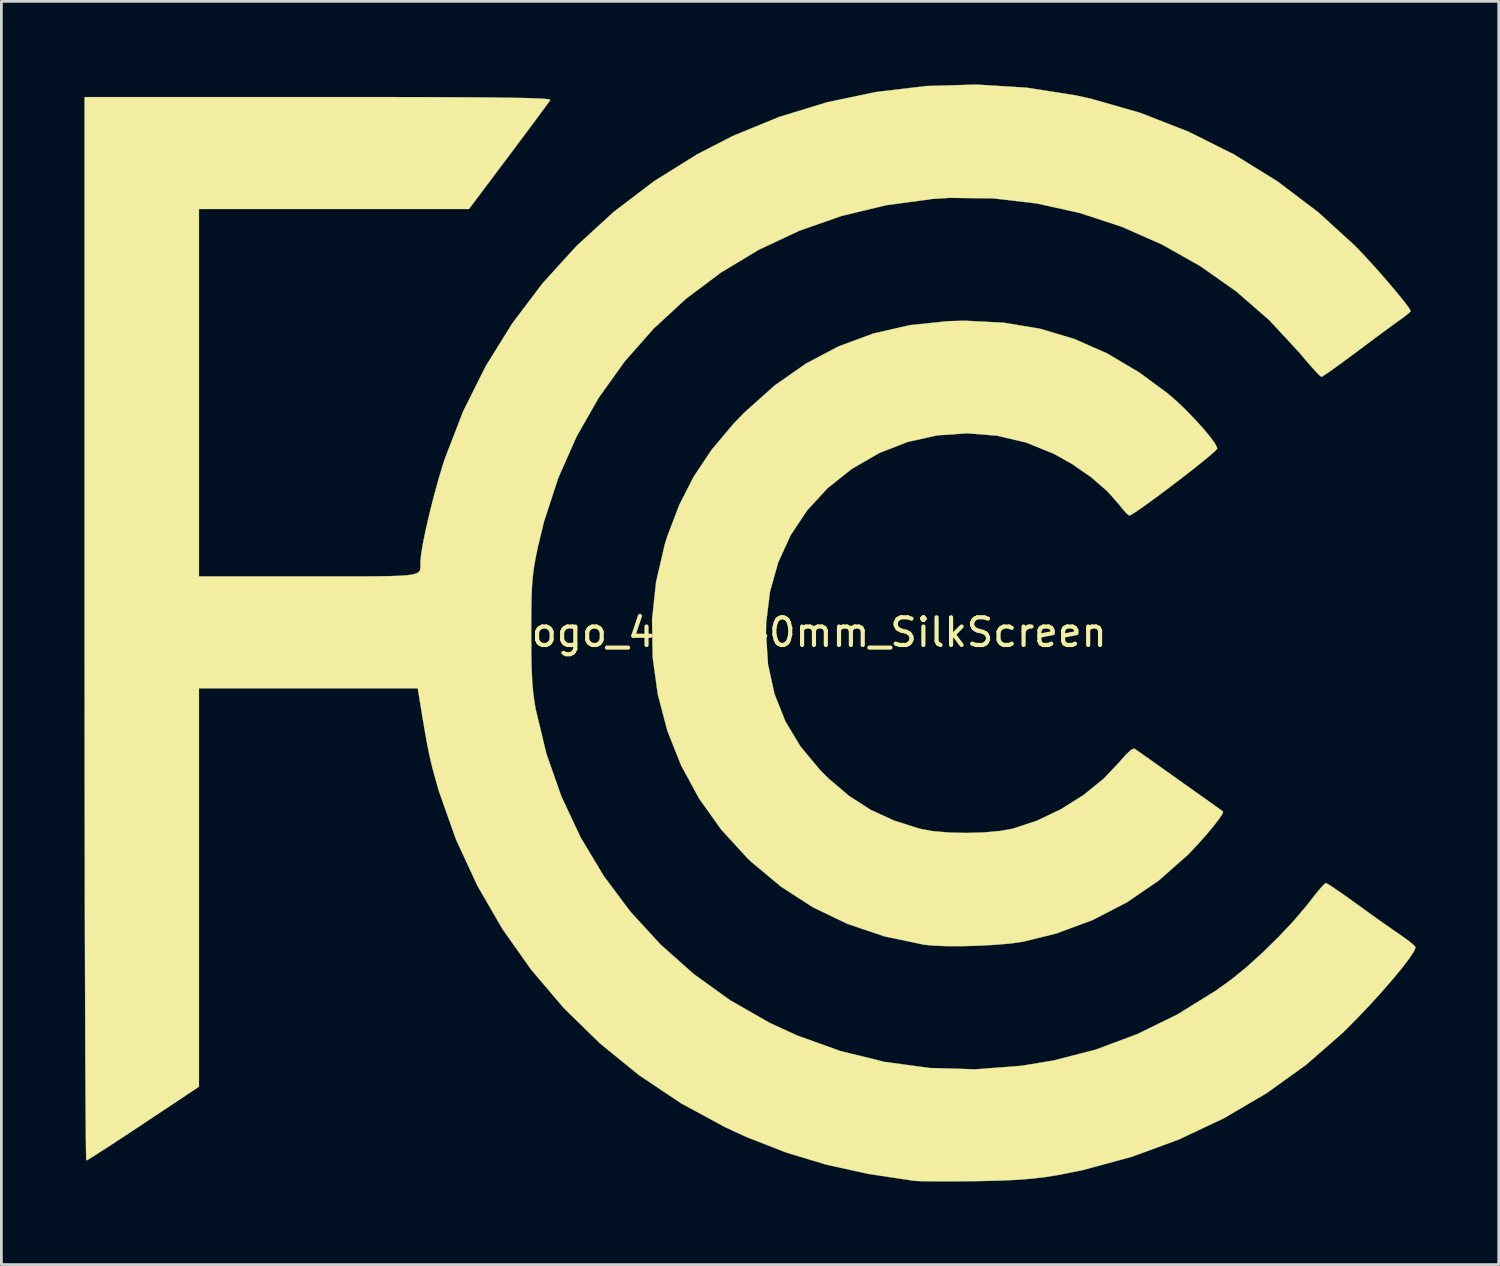
<source format=kicad_pcb>
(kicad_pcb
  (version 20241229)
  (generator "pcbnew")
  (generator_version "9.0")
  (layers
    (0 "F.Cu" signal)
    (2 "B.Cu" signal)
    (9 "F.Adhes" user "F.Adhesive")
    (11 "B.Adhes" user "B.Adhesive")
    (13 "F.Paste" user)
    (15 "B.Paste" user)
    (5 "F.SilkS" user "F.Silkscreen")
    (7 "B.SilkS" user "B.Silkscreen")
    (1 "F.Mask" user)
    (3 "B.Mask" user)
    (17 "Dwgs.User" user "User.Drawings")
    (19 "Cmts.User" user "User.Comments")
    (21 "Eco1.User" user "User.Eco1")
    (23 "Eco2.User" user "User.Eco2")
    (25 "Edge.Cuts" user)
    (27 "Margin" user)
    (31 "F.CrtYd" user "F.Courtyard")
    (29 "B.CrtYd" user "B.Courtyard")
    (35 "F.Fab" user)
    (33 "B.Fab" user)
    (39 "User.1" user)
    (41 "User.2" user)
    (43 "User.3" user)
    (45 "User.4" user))
  (footprint "FCC-Logo_48.3x40mm_SilkScreen"
    (layer "F.Cu")
    (at 24.087 19.791)
    (property "Reference" "FCC-Logo_48.3x40mm_SilkScreen" (at 0 0 0) (layer "F.SilkS") (effects (font (size 1 1) (thickness 0.15))))
    (attr board_only exclude_from_pos_files exclude_from_bom allow_missing_courtyard)
    (fp_poly (pts (xy 9.118 -11.185) (xy 10.421 -10.969) (xy 11.661 -10.6) (xy 12.855 -10.074) (xy 14.019 -9.383) (xy 15.046 -8.625) (xy 15.359 -8.354) (xy 15.695 -8.033) (xy 16.027 -7.69) (xy 16.332 -7.353) (xy 16.583 -7.049) (xy 16.758 -6.805) (xy 16.83 -6.651) (xy 16.831 -6.641) (xy 16.764 -6.561) (xy 16.579 -6.398) (xy 16.301 -6.168) (xy 15.954 -5.892) (xy 15.563 -5.588) (xy 15.153 -5.275) (xy 14.748 -4.971) (xy 14.372 -4.695) (xy 14.052 -4.466) (xy 13.81 -4.303) (xy 13.672 -4.225) (xy 13.654 -4.221) (xy 13.563 -4.287) (xy 13.413 -4.454) (xy 13.315 -4.581) (xy 12.863 -5.094) (xy 12.275 -5.604) (xy 11.59 -6.079) (xy 10.932 -6.449) (xy 9.926 -6.857) (xy 8.872 -7.105) (xy 7.793 -7.191) (xy 6.71 -7.116) (xy 5.648 -6.879) (xy 4.627 -6.481) (xy 4.618 -6.477) (xy 3.624 -5.902) (xy 2.756 -5.211) (xy 2.02 -4.411) (xy 1.423 -3.516) (xy 0.973 -2.534) (xy 0.675 -1.478) (xy 0.537 -0.357) (xy 0.528 0.027) (xy 0.604 1.165) (xy 0.837 2.224) (xy 1.228 3.21) (xy 1.781 4.13) (xy 2.499 4.99) (xy 2.792 5.281) (xy 3.536 5.911) (xy 4.306 6.407) (xy 5.15 6.795) (xy 6.075 7.09) (xy 6.541 7.177) (xy 7.123 7.228) (xy 7.763 7.244) (xy 8.406 7.225) (xy 8.995 7.171) (xy 9.439 7.091) (xy 10.314 6.803) (xy 11.184 6.387) (xy 12.005 5.869) (xy 12.735 5.276) (xy 13.281 4.698) (xy 13.527 4.417) (xy 13.717 4.244) (xy 13.83 4.197) (xy 13.837 4.2) (xy 13.927 4.262) (xy 14.135 4.408) (xy 14.434 4.619) (xy 14.799 4.877) (xy 15.205 5.165) (xy 15.624 5.463) (xy 16.033 5.753) (xy 16.404 6.017) (xy 16.713 6.237) (xy 16.933 6.394) (xy 17.038 6.47) (xy 17.041 6.473) (xy 17.016 6.556) (xy 16.892 6.741) (xy 16.693 6.998) (xy 16.441 7.301) (xy 16.157 7.622) (xy 15.865 7.933) (xy 15.767 8.034) (xy 14.72 8.96) (xy 13.57 9.747) (xy 12.33 10.388) (xy 11.009 10.877) (xy 9.822 11.17) (xy 9.396 11.233) (xy 8.856 11.281) (xy 8.253 11.315) (xy 7.635 11.333) (xy 7.052 11.332) (xy 6.553 11.312) (xy 6.24 11.28) (xy 4.812 10.98) (xy 3.476 10.531) (xy 2.228 9.931) (xy 1.064 9.178) (xy -0.023 8.269) (xy -0.145 8.152) (xy -1.087 7.122) (xy -1.886 6.001) (xy -2.536 4.805) (xy -3.035 3.547) (xy -3.378 2.242) (xy -3.563 0.904) (xy -3.586 -0.452) (xy -3.442 -1.814) (xy -3.13 -3.165) (xy -3.035 -3.469) (xy -2.603 -4.603) (xy -2.078 -5.632) (xy -1.436 -6.593) (xy -0.654 -7.523) (xy -0.231 -7.96) (xy 0.841 -8.917) (xy 1.968 -9.707) (xy 3.155 -10.332) (xy 4.407 -10.795) (xy 5.728 -11.098) (xy 7.124 -11.242) (xy 7.734 -11.256) (xy 9.118 -11.185)) (stroke (width 0.01) (type solid)) (fill yes) (layer "F.SilkS"))
    (fp_poly (pts (xy 9.942 -19.674) (xy 11.72 -19.396) (xy 12.261 -19.277) (xy 14.047 -18.765) (xy 15.774 -18.092) (xy 17.428 -17.266) (xy 18.998 -16.293) (xy 20.47 -15.18) (xy 21.794 -13.973) (xy 22.076 -13.681) (xy 22.392 -13.338) (xy 22.722 -12.969) (xy 23.043 -12.599) (xy 23.334 -12.253) (xy 23.574 -11.957) (xy 23.741 -11.735) (xy 23.815 -11.612) (xy 23.816 -11.602) (xy 23.749 -11.531) (xy 23.58 -11.397) (xy 23.443 -11.299) (xy 23.246 -11.158) (xy 22.942 -10.936) (xy 22.564 -10.657) (xy 22.144 -10.344) (xy 21.865 -10.134) (xy 21.465 -9.837) (xy 21.114 -9.581) (xy 20.834 -9.383) (xy 20.651 -9.261) (xy 20.59 -9.228) (xy 20.512 -9.292) (xy 20.345 -9.467) (xy 20.114 -9.728) (xy 19.841 -10.049) (xy 19.788 -10.112) (xy 18.713 -11.272) (xy 17.519 -12.312) (xy 16.222 -13.226) (xy 14.837 -14.008) (xy 13.381 -14.65) (xy 11.869 -15.147) (xy 10.318 -15.491) (xy 8.743 -15.676) (xy 7.16 -15.695) (xy 6.543 -15.656) (xy 4.871 -15.429) (xy 3.263 -15.043) (xy 1.728 -14.505) (xy 0.273 -13.822) (xy -1.093 -13.001) (xy -2.362 -12.049) (xy -3.527 -10.974) (xy -4.578 -9.783) (xy -5.508 -8.482) (xy -6.309 -7.079) (xy -6.972 -5.582) (xy -7.49 -3.997) (xy -7.711 -3.081) (xy -7.791 -2.694) (xy -7.85 -2.356) (xy -7.892 -2.03) (xy -7.921 -1.679) (xy -7.938 -1.265) (xy -7.947 -0.754) (xy -7.95 -0.106) (xy -7.95 -0.044) (xy -7.948 0.684) (xy -7.937 1.271) (xy -7.915 1.751) (xy -7.881 2.159) (xy -7.831 2.53) (xy -7.79 2.769) (xy -7.402 4.383) (xy -6.858 5.932) (xy -6.166 7.406) (xy -5.333 8.794) (xy -4.369 10.087) (xy -3.28 11.273) (xy -2.076 12.344) (xy -0.764 13.288) (xy 0.648 14.096) (xy 1.64 14.554) (xy 3.213 15.12) (xy 4.816 15.514) (xy 6.445 15.734) (xy 8.093 15.781) (xy 9.755 15.654) (xy 10.913 15.463) (xy 12.438 15.07) (xy 13.94 14.51) (xy 15.396 13.796) (xy 16.784 12.936) (xy 17.343 12.533) (xy 17.887 12.091) (xy 18.477 11.556) (xy 19.069 10.974) (xy 19.618 10.388) (xy 20.077 9.844) (xy 20.175 9.717) (xy 20.399 9.43) (xy 20.588 9.205) (xy 20.716 9.073) (xy 20.75 9.053) (xy 20.844 9.102) (xy 21.052 9.237) (xy 21.346 9.439) (xy 21.697 9.689) (xy 21.819 9.778) (xy 22.245 10.086) (xy 22.681 10.397) (xy 23.078 10.676) (xy 23.386 10.888) (xy 23.401 10.898) (xy 23.675 11.092) (xy 23.881 11.255) (xy 23.985 11.359) (xy 23.991 11.374) (xy 23.935 11.519) (xy 23.771 11.768) (xy 23.518 12.101) (xy 23.192 12.498) (xy 22.811 12.938) (xy 22.391 13.402) (xy 21.951 13.868) (xy 21.506 14.318) (xy 21.347 14.474) (xy 20.035 15.621) (xy 18.602 16.649) (xy 17.065 17.55) (xy 15.438 18.318) (xy 13.737 18.943) (xy 11.979 19.419) (xy 11.074 19.6) (xy 10.597 19.676) (xy 10.118 19.732) (xy 9.597 19.773) (xy 8.991 19.8) (xy 8.26 19.817) (xy 8.086 19.82) (xy 7.507 19.826) (xy 6.97 19.828) (xy 6.507 19.826) (xy 6.147 19.821) (xy 5.924 19.812) (xy 5.889 19.809) (xy 4.241 19.562) (xy 2.712 19.225) (xy 1.261 18.787) (xy -0.15 18.237) (xy -0.923 17.883) (xy -2.537 17.009) (xy -4.054 15.994) (xy -5.466 14.846) (xy -6.765 13.577) (xy -7.943 12.194) (xy -8.992 10.709) (xy -9.904 9.131) (xy -10.671 7.469) (xy -11.286 5.733) (xy -11.512 4.922) (xy -11.577 4.659) (xy -11.638 4.387) (xy -11.701 4.074) (xy -11.771 3.69) (xy -11.854 3.205) (xy -11.956 2.588) (xy -12.002 2.307) (xy -12.049 2.021) (xy -19.951 2.021) (xy -19.951 16.409) (xy -21.952 17.74) (xy -22.48 18.09) (xy -22.96 18.405) (xy -23.373 18.673) (xy -23.7 18.882) (xy -23.921 19.019) (xy -24.016 19.072) (xy -24.018 19.072) (xy -24.024 18.985) (xy -24.03 18.731) (xy -24.035 18.317) (xy -24.041 17.751) (xy -24.046 17.041) (xy -24.051 16.195) (xy -24.056 15.22) (xy -24.06 14.126) (xy -24.064 12.92) (xy -24.068 11.61) (xy -24.072 10.203) (xy -24.074 8.708) (xy -24.077 7.133) (xy -24.079 5.486) (xy -24.08 3.775) (xy -24.081 2.007) (xy -24.082 0.19) (xy -24.082 -0.132) (xy -24.082 -19.336) (xy -15.639 -19.336) (xy -14.185 -19.335) (xy -12.898 -19.334) (xy -11.769 -19.332) (xy -10.789 -19.328) (xy -9.951 -19.324) (xy -9.244 -19.318) (xy -8.661 -19.31) (xy -8.193 -19.301) (xy -7.83 -19.29) (xy -7.564 -19.278) (xy -7.387 -19.263) (xy -7.289 -19.247) (xy -7.262 -19.228) (xy -7.263 -19.226) (xy -7.331 -19.129) (xy -7.491 -18.911) (xy -7.728 -18.591) (xy -8.027 -18.189) (xy -8.374 -17.724) (xy -8.754 -17.216) (xy -8.763 -17.204) (xy -10.198 -15.293) (xy -19.951 -15.293) (xy -19.951 -2.021) (xy -16.005 -2.021) (xy -15.055 -2.021) (xy -14.266 -2.021) (xy -13.623 -2.024) (xy -13.111 -2.031) (xy -12.715 -2.044) (xy -12.421 -2.065) (xy -12.213 -2.096) (xy -12.077 -2.139) (xy -11.998 -2.195) (xy -11.96 -2.266) (xy -11.95 -2.355) (xy -11.952 -2.462) (xy -11.953 -2.523) (xy -11.928 -2.808) (xy -11.859 -3.225) (xy -11.753 -3.74) (xy -11.619 -4.319) (xy -11.466 -4.926) (xy -11.3 -5.526) (xy -11.132 -6.085) (xy -11.072 -6.269) (xy -10.411 -7.978) (xy -9.596 -9.611) (xy -8.636 -11.158) (xy -7.539 -12.61) (xy -6.315 -13.956) (xy -4.972 -15.187) (xy -3.518 -16.293) (xy -1.963 -17.264) (xy -0.673 -17.928) (xy 0.999 -18.615) (xy 2.734 -19.147) (xy 4.514 -19.52) (xy 6.321 -19.734) (xy 8.136 -19.786) (xy 9.942 -19.674)) (stroke (width 0.01) (type solid)) (fill yes) (layer "F.SilkS")))
  (gr_rect
    (start -3 -3)
    (end 51.083 42.624)
    (stroke (width 0.1) (type default))
    (fill no)
    (layer "Edge.Cuts")))
</source>
